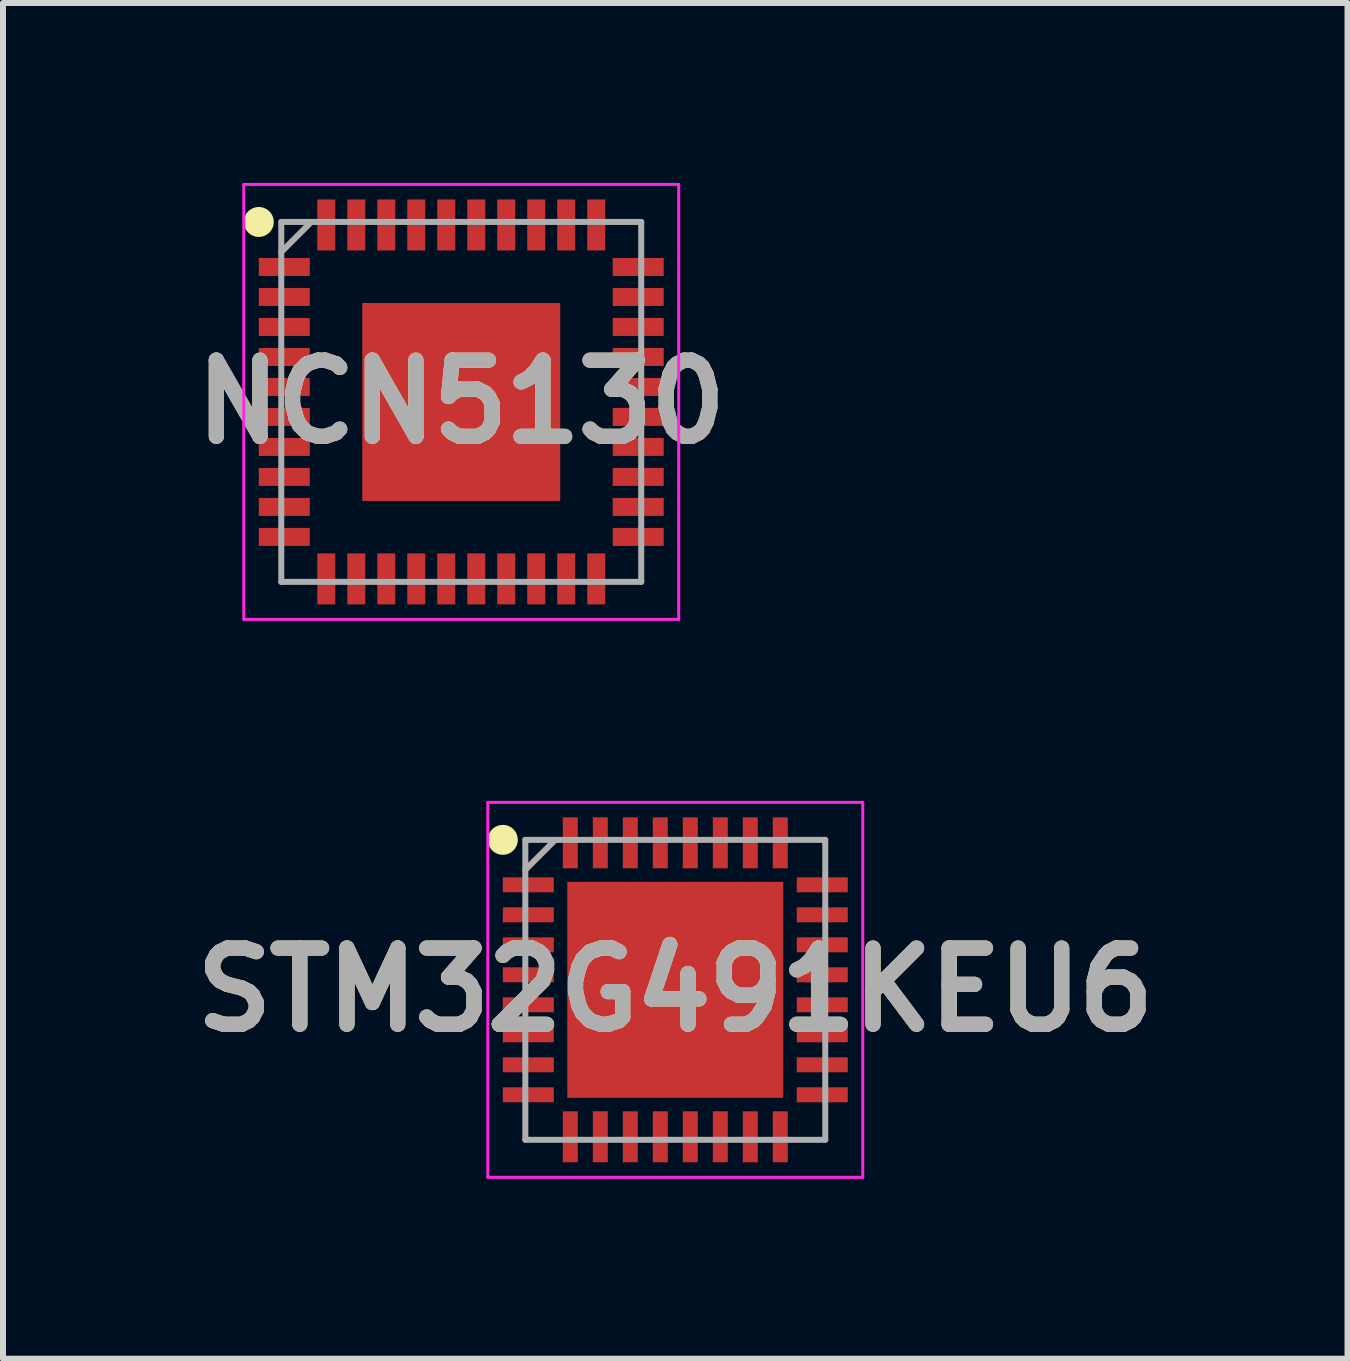
<source format=kicad_pcb>
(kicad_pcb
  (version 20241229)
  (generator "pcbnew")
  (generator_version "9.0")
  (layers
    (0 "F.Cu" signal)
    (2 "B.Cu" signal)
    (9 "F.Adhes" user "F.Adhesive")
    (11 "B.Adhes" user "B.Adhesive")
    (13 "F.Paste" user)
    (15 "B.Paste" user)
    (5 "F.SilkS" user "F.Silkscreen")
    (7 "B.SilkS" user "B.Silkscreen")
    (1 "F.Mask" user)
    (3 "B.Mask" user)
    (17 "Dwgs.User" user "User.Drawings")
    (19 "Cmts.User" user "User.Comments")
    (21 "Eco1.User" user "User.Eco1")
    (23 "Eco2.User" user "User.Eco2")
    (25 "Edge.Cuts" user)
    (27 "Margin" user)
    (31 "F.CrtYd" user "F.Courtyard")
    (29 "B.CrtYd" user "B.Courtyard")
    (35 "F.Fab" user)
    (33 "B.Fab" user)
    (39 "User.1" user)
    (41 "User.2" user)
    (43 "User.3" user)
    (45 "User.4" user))
  (footprint "NCN5130"
    (layer "F.Cu")
    (at 4.639 3.65)
    (property "Reference" "NCN5130" (at 0 0 0) (layer "F.SilkS") (effects (font (size 1.27 1.27) (thickness 0.254))))
    (attr smd)
    (fp_circle (center -3.375 -3) (end -3.375 -2.875) (stroke (width 0.25) (type solid)) (fill no) (layer "F.SilkS"))
    (fp_line (start -3.625 -3.625) (end 3.625 -3.625) (stroke (width 0.05) (type solid)) (layer "F.CrtYd"))
    (fp_line (start -3.625 3.625) (end -3.625 -3.625) (stroke (width 0.05) (type solid)) (layer "F.CrtYd"))
    (fp_line (start 3.625 -3.625) (end 3.625 3.625) (stroke (width 0.05) (type solid)) (layer "F.CrtYd"))
    (fp_line (start 3.625 3.625) (end -3.625 3.625) (stroke (width 0.05) (type solid)) (layer "F.CrtYd"))
    (fp_line (start -3 -3) (end 3 -3) (stroke (width 0.1) (type solid)) (layer "F.Fab"))
    (fp_line (start -3 -2.5) (end -2.5 -3) (stroke (width 0.1) (type solid)) (layer "F.Fab"))
    (fp_line (start -3 3) (end -3 -3) (stroke (width 0.1) (type solid)) (layer "F.Fab"))
    (fp_line (start 3 -3) (end 3 3) (stroke (width 0.1) (type solid)) (layer "F.Fab"))
    (fp_line (start 3 3) (end -3 3) (stroke (width 0.1) (type solid)) (layer "F.Fab"))
    (fp_text user "${REFERENCE}" (at 0 0 0) (layer "F.Fab") (effects (font (size 1.27 1.27) (thickness 0.254))))
    (pad "1" smd rect (at -2.95 -2.25 90) (size 0.3 0.85) (layers "F.Cu" "F.Mask" "F.Paste"))
    (pad "2" smd rect (at -2.95 -1.75 90) (size 0.3 0.85) (layers "F.Cu" "F.Mask" "F.Paste"))
    (pad "3" smd rect (at -2.95 -1.25 90) (size 0.3 0.85) (layers "F.Cu" "F.Mask" "F.Paste"))
    (pad "4" smd rect (at -2.95 -0.75 90) (size 0.3 0.85) (layers "F.Cu" "F.Mask" "F.Paste"))
    (pad "5" smd rect (at -2.95 -0.25 90) (size 0.3 0.85) (layers "F.Cu" "F.Mask" "F.Paste"))
    (pad "6" smd rect (at -2.95 0.25 90) (size 0.3 0.85) (layers "F.Cu" "F.Mask" "F.Paste"))
    (pad "7" smd rect (at -2.95 0.75 90) (size 0.3 0.85) (layers "F.Cu" "F.Mask" "F.Paste"))
    (pad "8" smd rect (at -2.95 1.25 90) (size 0.3 0.85) (layers "F.Cu" "F.Mask" "F.Paste"))
    (pad "9" smd rect (at -2.95 1.75 90) (size 0.3 0.85) (layers "F.Cu" "F.Mask" "F.Paste"))
    (pad "10" smd rect (at -2.95 2.25 90) (size 0.3 0.85) (layers "F.Cu" "F.Mask" "F.Paste"))
    (pad "11" smd rect (at -2.25 2.95) (size 0.3 0.85) (layers "F.Cu" "F.Mask" "F.Paste"))
    (pad "12" smd rect (at -1.75 2.95) (size 0.3 0.85) (layers "F.Cu" "F.Mask" "F.Paste"))
    (pad "13" smd rect (at -1.25 2.95) (size 0.3 0.85) (layers "F.Cu" "F.Mask" "F.Paste"))
    (pad "14" smd rect (at -0.75 2.95) (size 0.3 0.85) (layers "F.Cu" "F.Mask" "F.Paste"))
    (pad "15" smd rect (at -0.25 2.95) (size 0.3 0.85) (layers "F.Cu" "F.Mask" "F.Paste"))
    (pad "16" smd rect (at 0.25 2.95) (size 0.3 0.85) (layers "F.Cu" "F.Mask" "F.Paste"))
    (pad "17" smd rect (at 0.75 2.95) (size 0.3 0.85) (layers "F.Cu" "F.Mask" "F.Paste"))
    (pad "18" smd rect (at 1.25 2.95) (size 0.3 0.85) (layers "F.Cu" "F.Mask" "F.Paste"))
    (pad "19" smd rect (at 1.75 2.95) (size 0.3 0.85) (layers "F.Cu" "F.Mask" "F.Paste"))
    (pad "20" smd rect (at 2.25 2.95) (size 0.3 0.85) (layers "F.Cu" "F.Mask" "F.Paste"))
    (pad "21" smd rect (at 2.95 2.25 90) (size 0.3 0.85) (layers "F.Cu" "F.Mask" "F.Paste"))
    (pad "22" smd rect (at 2.95 1.75 90) (size 0.3 0.85) (layers "F.Cu" "F.Mask" "F.Paste"))
    (pad "23" smd rect (at 2.95 1.25 90) (size 0.3 0.85) (layers "F.Cu" "F.Mask" "F.Paste"))
    (pad "24" smd rect (at 2.95 0.75 90) (size 0.3 0.85) (layers "F.Cu" "F.Mask" "F.Paste"))
    (pad "25" smd rect (at 2.95 0.25 90) (size 0.3 0.85) (layers "F.Cu" "F.Mask" "F.Paste"))
    (pad "26" smd rect (at 2.95 -0.25 90) (size 0.3 0.85) (layers "F.Cu" "F.Mask" "F.Paste"))
    (pad "27" smd rect (at 2.95 -0.75 90) (size 0.3 0.85) (layers "F.Cu" "F.Mask" "F.Paste"))
    (pad "28" smd rect (at 2.95 -1.25 90) (size 0.3 0.85) (layers "F.Cu" "F.Mask" "F.Paste"))
    (pad "29" smd rect (at 2.95 -1.75 90) (size 0.3 0.85) (layers "F.Cu" "F.Mask" "F.Paste"))
    (pad "30" smd rect (at 2.95 -2.25 90) (size 0.3 0.85) (layers "F.Cu" "F.Mask" "F.Paste"))
    (pad "31" smd rect (at 2.25 -2.95) (size 0.3 0.85) (layers "F.Cu" "F.Mask" "F.Paste"))
    (pad "32" smd rect (at 1.75 -2.95) (size 0.3 0.85) (layers "F.Cu" "F.Mask" "F.Paste"))
    (pad "33" smd rect (at 1.25 -2.95) (size 0.3 0.85) (layers "F.Cu" "F.Mask" "F.Paste"))
    (pad "34" smd rect (at 0.75 -2.95) (size 0.3 0.85) (layers "F.Cu" "F.Mask" "F.Paste"))
    (pad "35" smd rect (at 0.25 -2.95) (size 0.3 0.85) (layers "F.Cu" "F.Mask" "F.Paste"))
    (pad "36" smd rect (at -0.25 -2.95) (size 0.3 0.85) (layers "F.Cu" "F.Mask" "F.Paste"))
    (pad "37" smd rect (at -0.75 -2.95) (size 0.3 0.85) (layers "F.Cu" "F.Mask" "F.Paste"))
    (pad "38" smd rect (at -1.25 -2.95) (size 0.3 0.85) (layers "F.Cu" "F.Mask" "F.Paste"))
    (pad "39" smd rect (at -1.75 -2.95) (size 0.3 0.85) (layers "F.Cu" "F.Mask" "F.Paste"))
    (pad "40" smd rect (at -2.25 -2.95) (size 0.3 0.85) (layers "F.Cu" "F.Mask" "F.Paste"))
    (pad "41" smd rect (at 0 0) (size 3.3 3.3) (layers "F.Cu" "F.Mask" "F.Paste")))
  (footprint "STM32G491KEU6"
    (layer "F.Cu")
    (at 8.207 13.45)
    (property "Reference" "STM32G491KEU6" (at 0 0 0) (layer "F.SilkS") (effects (font (size 1.27 1.27) (thickness 0.254))))
    (attr smd)
    (fp_circle (center -2.875 -2.5) (end -2.875 -2.375) (stroke (width 0.25) (type solid)) (fill no) (layer "F.SilkS"))
    (fp_line (start -3.125 -3.125) (end 3.125 -3.125) (stroke (width 0.05) (type solid)) (layer "F.CrtYd"))
    (fp_line (start -3.125 3.125) (end -3.125 -3.125) (stroke (width 0.05) (type solid)) (layer "F.CrtYd"))
    (fp_line (start 3.125 -3.125) (end 3.125 3.125) (stroke (width 0.05) (type solid)) (layer "F.CrtYd"))
    (fp_line (start 3.125 3.125) (end -3.125 3.125) (stroke (width 0.05) (type solid)) (layer "F.CrtYd"))
    (fp_line (start -2.5 -2.5) (end 2.5 -2.5) (stroke (width 0.1) (type solid)) (layer "F.Fab"))
    (fp_line (start -2.5 -2) (end -2 -2.5) (stroke (width 0.1) (type solid)) (layer "F.Fab"))
    (fp_line (start -2.5 2.5) (end -2.5 -2.5) (stroke (width 0.1) (type solid)) (layer "F.Fab"))
    (fp_line (start 2.5 -2.5) (end 2.5 2.5) (stroke (width 0.1) (type solid)) (layer "F.Fab"))
    (fp_line (start 2.5 2.5) (end -2.5 2.5) (stroke (width 0.1) (type solid)) (layer "F.Fab"))
    (fp_text user "${REFERENCE}" (at 0 0 0) (layer "F.Fab") (effects (font (size 1.27 1.27) (thickness 0.254))))
    (pad "1" smd rect (at -2.45 -1.75 90) (size 0.25 0.85) (layers "F.Cu" "F.Mask" "F.Paste"))
    (pad "2" smd rect (at -2.45 -1.25 90) (size 0.25 0.85) (layers "F.Cu" "F.Mask" "F.Paste"))
    (pad "3" smd rect (at -2.45 -0.75 90) (size 0.25 0.85) (layers "F.Cu" "F.Mask" "F.Paste"))
    (pad "4" smd rect (at -2.45 -0.25 90) (size 0.25 0.85) (layers "F.Cu" "F.Mask" "F.Paste"))
    (pad "5" smd rect (at -2.45 0.25 90) (size 0.25 0.85) (layers "F.Cu" "F.Mask" "F.Paste"))
    (pad "6" smd rect (at -2.45 0.75 90) (size 0.25 0.85) (layers "F.Cu" "F.Mask" "F.Paste"))
    (pad "7" smd rect (at -2.45 1.25 90) (size 0.25 0.85) (layers "F.Cu" "F.Mask" "F.Paste"))
    (pad "8" smd rect (at -2.45 1.75 90) (size 0.25 0.85) (layers "F.Cu" "F.Mask" "F.Paste"))
    (pad "9" smd rect (at -1.75 2.45) (size 0.25 0.85) (layers "F.Cu" "F.Mask" "F.Paste"))
    (pad "10" smd rect (at -1.25 2.45) (size 0.25 0.85) (layers "F.Cu" "F.Mask" "F.Paste"))
    (pad "11" smd rect (at -0.75 2.45) (size 0.25 0.85) (layers "F.Cu" "F.Mask" "F.Paste"))
    (pad "12" smd rect (at -0.25 2.45) (size 0.25 0.85) (layers "F.Cu" "F.Mask" "F.Paste"))
    (pad "13" smd rect (at 0.25 2.45) (size 0.25 0.85) (layers "F.Cu" "F.Mask" "F.Paste"))
    (pad "14" smd rect (at 0.75 2.45) (size 0.25 0.85) (layers "F.Cu" "F.Mask" "F.Paste"))
    (pad "15" smd rect (at 1.25 2.45) (size 0.25 0.85) (layers "F.Cu" "F.Mask" "F.Paste"))
    (pad "16" smd rect (at 1.75 2.45) (size 0.25 0.85) (layers "F.Cu" "F.Mask" "F.Paste"))
    (pad "17" smd rect (at 2.45 1.75 90) (size 0.25 0.85) (layers "F.Cu" "F.Mask" "F.Paste"))
    (pad "18" smd rect (at 2.45 1.25 90) (size 0.25 0.85) (layers "F.Cu" "F.Mask" "F.Paste"))
    (pad "19" smd rect (at 2.45 0.75 90) (size 0.25 0.85) (layers "F.Cu" "F.Mask" "F.Paste"))
    (pad "20" smd rect (at 2.45 0.25 90) (size 0.25 0.85) (layers "F.Cu" "F.Mask" "F.Paste"))
    (pad "21" smd rect (at 2.45 -0.25 90) (size 0.25 0.85) (layers "F.Cu" "F.Mask" "F.Paste"))
    (pad "22" smd rect (at 2.45 -0.75 90) (size 0.25 0.85) (layers "F.Cu" "F.Mask" "F.Paste"))
    (pad "23" smd rect (at 2.45 -1.25 90) (size 0.25 0.85) (layers "F.Cu" "F.Mask" "F.Paste"))
    (pad "24" smd rect (at 2.45 -1.75 90) (size 0.25 0.85) (layers "F.Cu" "F.Mask" "F.Paste"))
    (pad "25" smd rect (at 1.75 -2.45) (size 0.25 0.85) (layers "F.Cu" "F.Mask" "F.Paste"))
    (pad "26" smd rect (at 1.25 -2.45) (size 0.25 0.85) (layers "F.Cu" "F.Mask" "F.Paste"))
    (pad "27" smd rect (at 0.75 -2.45) (size 0.25 0.85) (layers "F.Cu" "F.Mask" "F.Paste"))
    (pad "28" smd rect (at 0.25 -2.45) (size 0.25 0.85) (layers "F.Cu" "F.Mask" "F.Paste"))
    (pad "29" smd rect (at -0.25 -2.45) (size 0.25 0.85) (layers "F.Cu" "F.Mask" "F.Paste"))
    (pad "30" smd rect (at -0.75 -2.45) (size 0.25 0.85) (layers "F.Cu" "F.Mask" "F.Paste"))
    (pad "31" smd rect (at -1.25 -2.45) (size 0.25 0.85) (layers "F.Cu" "F.Mask" "F.Paste"))
    (pad "32" smd rect (at -1.75 -2.45) (size 0.25 0.85) (layers "F.Cu" "F.Mask" "F.Paste"))
    (pad "33" smd rect (at 0 0) (size 3.6 3.6) (layers "F.Cu" "F.Mask" "F.Paste")))
  (gr_rect
    (start -3 -3)
    (end 19.413 19.6)
    (stroke (width 0.1) (type default))
    (fill no)
    (layer "Edge.Cuts")))
</source>
